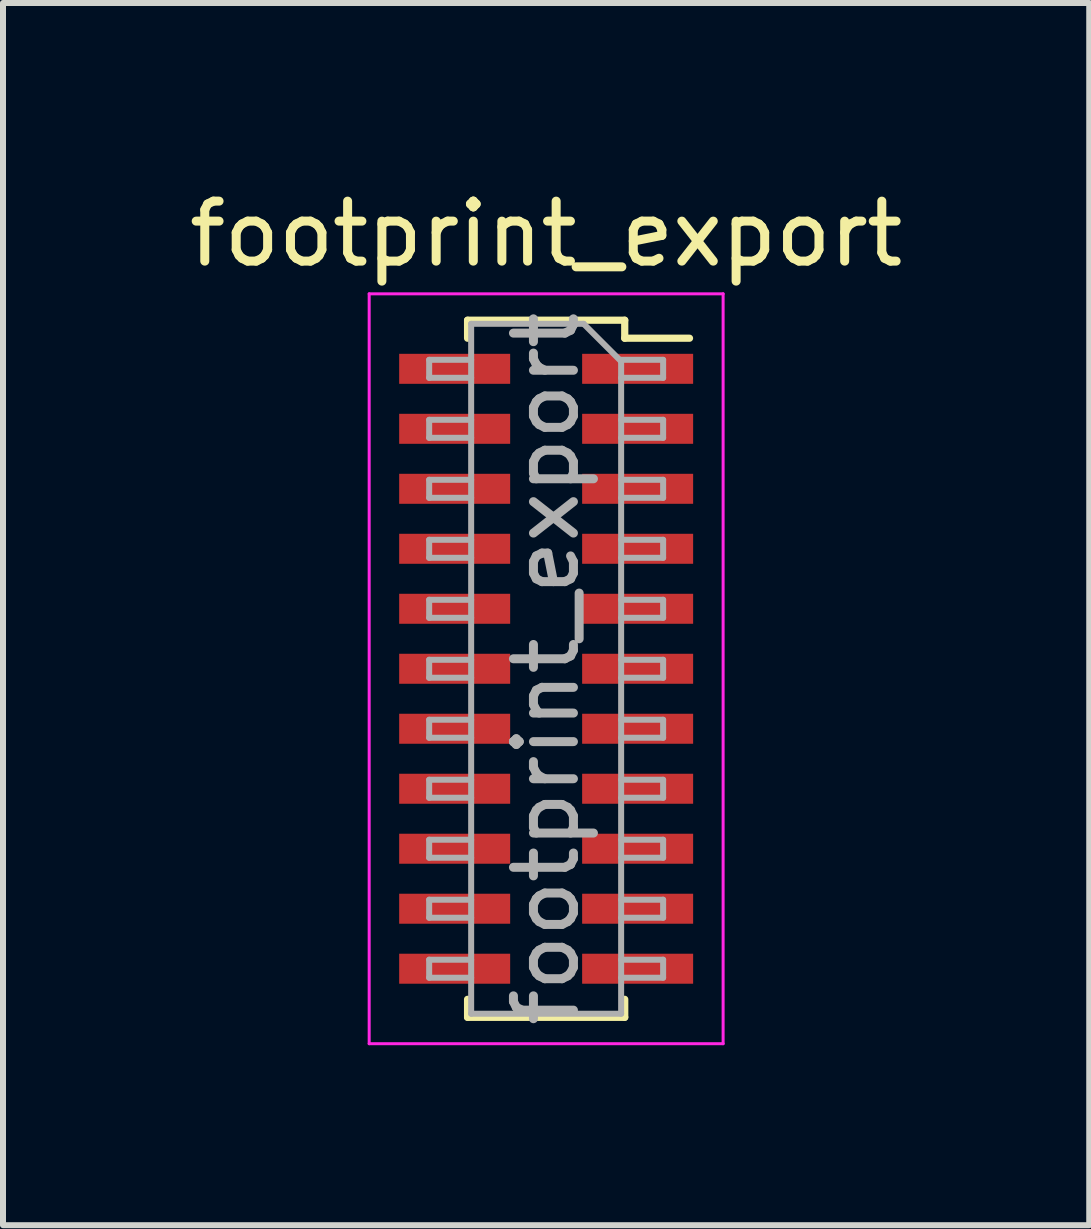
<source format=kicad_pcb>
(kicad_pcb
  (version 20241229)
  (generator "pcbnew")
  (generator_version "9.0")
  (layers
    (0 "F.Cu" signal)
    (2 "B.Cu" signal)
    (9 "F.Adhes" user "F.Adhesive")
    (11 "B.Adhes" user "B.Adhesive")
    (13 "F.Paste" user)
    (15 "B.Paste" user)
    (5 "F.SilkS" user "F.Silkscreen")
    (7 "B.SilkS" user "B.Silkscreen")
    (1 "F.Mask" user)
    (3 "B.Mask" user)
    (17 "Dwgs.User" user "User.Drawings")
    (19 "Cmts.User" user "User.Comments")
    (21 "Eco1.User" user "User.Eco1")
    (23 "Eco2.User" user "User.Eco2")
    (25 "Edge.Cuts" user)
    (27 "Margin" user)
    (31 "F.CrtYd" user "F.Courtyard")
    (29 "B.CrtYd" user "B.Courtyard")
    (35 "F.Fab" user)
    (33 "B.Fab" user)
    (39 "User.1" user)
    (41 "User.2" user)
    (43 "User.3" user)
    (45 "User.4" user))
  (footprint "footprint_export"
    (layer "F.Cu")
    (at 6.054 8.098)
    (property "Reference" "footprint_export" (at 0 -7.25 0) (layer "F.SilkS") (effects (font (size 1 1) (thickness 0.15))))
    (attr smd)
    (fp_line (start -1.31 -5.81) (end -1.31 -5.51) (stroke (width 0.12) (type solid)) (layer "F.SilkS"))
    (fp_line (start -1.31 -5.81) (end 1.31 -5.81) (stroke (width 0.12) (type solid)) (layer "F.SilkS"))
    (fp_line (start -1.31 5.51) (end -1.31 5.81) (stroke (width 0.12) (type solid)) (layer "F.SilkS"))
    (fp_line (start -1.31 5.81) (end 1.31 5.81) (stroke (width 0.12) (type solid)) (layer "F.SilkS"))
    (fp_line (start 1.31 -5.81) (end 1.31 -5.51) (stroke (width 0.12) (type solid)) (layer "F.SilkS"))
    (fp_line (start 1.31 -5.51) (end 2.39 -5.51) (stroke (width 0.12) (type solid)) (layer "F.SilkS"))
    (fp_line (start 1.31 5.51) (end 1.31 5.81) (stroke (width 0.12) (type solid)) (layer "F.SilkS"))
    (fp_line (start -2.95 -6.25) (end 2.95 -6.25) (stroke (width 0.05) (type solid)) (layer "F.CrtYd"))
    (fp_line (start -2.95 6.25) (end -2.95 -6.25) (stroke (width 0.05) (type solid)) (layer "F.CrtYd"))
    (fp_line (start 2.95 -6.25) (end 2.95 6.25) (stroke (width 0.05) (type solid)) (layer "F.CrtYd"))
    (fp_line (start 2.95 6.25) (end -2.95 6.25) (stroke (width 0.05) (type solid)) (layer "F.CrtYd"))
    (fp_line (start -1.95 -5.15) (end -1.25 -5.15) (stroke (width 0.1) (type solid)) (layer "F.Fab"))
    (fp_line (start -1.95 -4.85) (end -1.95 -5.15) (stroke (width 0.1) (type solid)) (layer "F.Fab"))
    (fp_line (start -1.95 -4.15) (end -1.25 -4.15) (stroke (width 0.1) (type solid)) (layer "F.Fab"))
    (fp_line (start -1.95 -3.85) (end -1.95 -4.15) (stroke (width 0.1) (type solid)) (layer "F.Fab"))
    (fp_line (start -1.95 -3.15) (end -1.25 -3.15) (stroke (width 0.1) (type solid)) (layer "F.Fab"))
    (fp_line (start -1.95 -2.85) (end -1.95 -3.15) (stroke (width 0.1) (type solid)) (layer "F.Fab"))
    (fp_line (start -1.95 -2.15) (end -1.25 -2.15) (stroke (width 0.1) (type solid)) (layer "F.Fab"))
    (fp_line (start -1.95 -1.85) (end -1.95 -2.15) (stroke (width 0.1) (type solid)) (layer "F.Fab"))
    (fp_line (start -1.95 -1.15) (end -1.25 -1.15) (stroke (width 0.1) (type solid)) (layer "F.Fab"))
    (fp_line (start -1.95 -0.85) (end -1.95 -1.15) (stroke (width 0.1) (type solid)) (layer "F.Fab"))
    (fp_line (start -1.95 -0.15) (end -1.25 -0.15) (stroke (width 0.1) (type solid)) (layer "F.Fab"))
    (fp_line (start -1.95 0.15) (end -1.95 -0.15) (stroke (width 0.1) (type solid)) (layer "F.Fab"))
    (fp_line (start -1.95 0.85) (end -1.25 0.85) (stroke (width 0.1) (type solid)) (layer "F.Fab"))
    (fp_line (start -1.95 1.15) (end -1.95 0.85) (stroke (width 0.1) (type solid)) (layer "F.Fab"))
    (fp_line (start -1.95 1.85) (end -1.25 1.85) (stroke (width 0.1) (type solid)) (layer "F.Fab"))
    (fp_line (start -1.95 2.15) (end -1.95 1.85) (stroke (width 0.1) (type solid)) (layer "F.Fab"))
    (fp_line (start -1.95 2.85) (end -1.25 2.85) (stroke (width 0.1) (type solid)) (layer "F.Fab"))
    (fp_line (start -1.95 3.15) (end -1.95 2.85) (stroke (width 0.1) (type solid)) (layer "F.Fab"))
    (fp_line (start -1.95 3.85) (end -1.25 3.85) (stroke (width 0.1) (type solid)) (layer "F.Fab"))
    (fp_line (start -1.95 4.15) (end -1.95 3.85) (stroke (width 0.1) (type solid)) (layer "F.Fab"))
    (fp_line (start -1.95 4.85) (end -1.25 4.85) (stroke (width 0.1) (type solid)) (layer "F.Fab"))
    (fp_line (start -1.95 5.15) (end -1.95 4.85) (stroke (width 0.1) (type solid)) (layer "F.Fab"))
    (fp_line (start -1.25 -5.75) (end 0.625 -5.75) (stroke (width 0.1) (type solid)) (layer "F.Fab"))
    (fp_line (start -1.25 -4.85) (end -1.95 -4.85) (stroke (width 0.1) (type solid)) (layer "F.Fab"))
    (fp_line (start -1.25 -3.85) (end -1.95 -3.85) (stroke (width 0.1) (type solid)) (layer "F.Fab"))
    (fp_line (start -1.25 -2.85) (end -1.95 -2.85) (stroke (width 0.1) (type solid)) (layer "F.Fab"))
    (fp_line (start -1.25 -1.85) (end -1.95 -1.85) (stroke (width 0.1) (type solid)) (layer "F.Fab"))
    (fp_line (start -1.25 -0.85) (end -1.95 -0.85) (stroke (width 0.1) (type solid)) (layer "F.Fab"))
    (fp_line (start -1.25 0.15) (end -1.95 0.15) (stroke (width 0.1) (type solid)) (layer "F.Fab"))
    (fp_line (start -1.25 1.15) (end -1.95 1.15) (stroke (width 0.1) (type solid)) (layer "F.Fab"))
    (fp_line (start -1.25 2.15) (end -1.95 2.15) (stroke (width 0.1) (type solid)) (layer "F.Fab"))
    (fp_line (start -1.25 3.15) (end -1.95 3.15) (stroke (width 0.1) (type solid)) (layer "F.Fab"))
    (fp_line (start -1.25 4.15) (end -1.95 4.15) (stroke (width 0.1) (type solid)) (layer "F.Fab"))
    (fp_line (start -1.25 5.15) (end -1.95 5.15) (stroke (width 0.1) (type solid)) (layer "F.Fab"))
    (fp_line (start -1.25 5.75) (end -1.25 -5.75) (stroke (width 0.1) (type solid)) (layer "F.Fab"))
    (fp_line (start 0.625 -5.75) (end 1.25 -5.125) (stroke (width 0.1) (type solid)) (layer "F.Fab"))
    (fp_line (start 1.25 -5.15) (end 1.95 -5.15) (stroke (width 0.1) (type solid)) (layer "F.Fab"))
    (fp_line (start 1.25 -5.125) (end 1.25 5.75) (stroke (width 0.1) (type solid)) (layer "F.Fab"))
    (fp_line (start 1.25 -4.15) (end 1.95 -4.15) (stroke (width 0.1) (type solid)) (layer "F.Fab"))
    (fp_line (start 1.25 -3.15) (end 1.95 -3.15) (stroke (width 0.1) (type solid)) (layer "F.Fab"))
    (fp_line (start 1.25 -2.15) (end 1.95 -2.15) (stroke (width 0.1) (type solid)) (layer "F.Fab"))
    (fp_line (start 1.25 -1.15) (end 1.95 -1.15) (stroke (width 0.1) (type solid)) (layer "F.Fab"))
    (fp_line (start 1.25 -0.15) (end 1.95 -0.15) (stroke (width 0.1) (type solid)) (layer "F.Fab"))
    (fp_line (start 1.25 0.85) (end 1.95 0.85) (stroke (width 0.1) (type solid)) (layer "F.Fab"))
    (fp_line (start 1.25 1.85) (end 1.95 1.85) (stroke (width 0.1) (type solid)) (layer "F.Fab"))
    (fp_line (start 1.25 2.85) (end 1.95 2.85) (stroke (width 0.1) (type solid)) (layer "F.Fab"))
    (fp_line (start 1.25 3.85) (end 1.95 3.85) (stroke (width 0.1) (type solid)) (layer "F.Fab"))
    (fp_line (start 1.25 4.85) (end 1.95 4.85) (stroke (width 0.1) (type solid)) (layer "F.Fab"))
    (fp_line (start 1.25 5.75) (end -1.25 5.75) (stroke (width 0.1) (type solid)) (layer "F.Fab"))
    (fp_line (start 1.95 -5.15) (end 1.95 -4.85) (stroke (width 0.1) (type solid)) (layer "F.Fab"))
    (fp_line (start 1.95 -4.85) (end 1.25 -4.85) (stroke (width 0.1) (type solid)) (layer "F.Fab"))
    (fp_line (start 1.95 -4.15) (end 1.95 -3.85) (stroke (width 0.1) (type solid)) (layer "F.Fab"))
    (fp_line (start 1.95 -3.85) (end 1.25 -3.85) (stroke (width 0.1) (type solid)) (layer "F.Fab"))
    (fp_line (start 1.95 -3.15) (end 1.95 -2.85) (stroke (width 0.1) (type solid)) (layer "F.Fab"))
    (fp_line (start 1.95 -2.85) (end 1.25 -2.85) (stroke (width 0.1) (type solid)) (layer "F.Fab"))
    (fp_line (start 1.95 -2.15) (end 1.95 -1.85) (stroke (width 0.1) (type solid)) (layer "F.Fab"))
    (fp_line (start 1.95 -1.85) (end 1.25 -1.85) (stroke (width 0.1) (type solid)) (layer "F.Fab"))
    (fp_line (start 1.95 -1.15) (end 1.95 -0.85) (stroke (width 0.1) (type solid)) (layer "F.Fab"))
    (fp_line (start 1.95 -0.85) (end 1.25 -0.85) (stroke (width 0.1) (type solid)) (layer "F.Fab"))
    (fp_line (start 1.95 -0.15) (end 1.95 0.15) (stroke (width 0.1) (type solid)) (layer "F.Fab"))
    (fp_line (start 1.95 0.15) (end 1.25 0.15) (stroke (width 0.1) (type solid)) (layer "F.Fab"))
    (fp_line (start 1.95 0.85) (end 1.95 1.15) (stroke (width 0.1) (type solid)) (layer "F.Fab"))
    (fp_line (start 1.95 1.15) (end 1.25 1.15) (stroke (width 0.1) (type solid)) (layer "F.Fab"))
    (fp_line (start 1.95 1.85) (end 1.95 2.15) (stroke (width 0.1) (type solid)) (layer "F.Fab"))
    (fp_line (start 1.95 2.15) (end 1.25 2.15) (stroke (width 0.1) (type solid)) (layer "F.Fab"))
    (fp_line (start 1.95 2.85) (end 1.95 3.15) (stroke (width 0.1) (type solid)) (layer "F.Fab"))
    (fp_line (start 1.95 3.15) (end 1.25 3.15) (stroke (width 0.1) (type solid)) (layer "F.Fab"))
    (fp_line (start 1.95 3.85) (end 1.95 4.15) (stroke (width 0.1) (type solid)) (layer "F.Fab"))
    (fp_line (start 1.95 4.15) (end 1.25 4.15) (stroke (width 0.1) (type solid)) (layer "F.Fab"))
    (fp_line (start 1.95 4.85) (end 1.95 5.15) (stroke (width 0.1) (type solid)) (layer "F.Fab"))
    (fp_line (start 1.95 5.15) (end 1.25 5.15) (stroke (width 0.1) (type solid)) (layer "F.Fab"))
    (fp_text user "${REFERENCE}" (at 0 0 90) (layer "F.Fab") (effects (font (size 1 1) (thickness 0.15))))
    (pad "1" smd rect (at 1.525 -5) (size 1.85 0.5) (layers "F.Cu" "F.Mask" "F.Paste"))
    (pad "2" smd rect (at -1.525 -5) (size 1.85 0.5) (layers "F.Cu" "F.Mask" "F.Paste"))
    (pad "3" smd rect (at 1.525 -4) (size 1.85 0.5) (layers "F.Cu" "F.Mask" "F.Paste"))
    (pad "4" smd rect (at -1.525 -4) (size 1.85 0.5) (layers "F.Cu" "F.Mask" "F.Paste"))
    (pad "5" smd rect (at 1.525 -3) (size 1.85 0.5) (layers "F.Cu" "F.Mask" "F.Paste"))
    (pad "6" smd rect (at -1.525 -3) (size 1.85 0.5) (layers "F.Cu" "F.Mask" "F.Paste"))
    (pad "7" smd rect (at 1.525 -2) (size 1.85 0.5) (layers "F.Cu" "F.Mask" "F.Paste"))
    (pad "8" smd rect (at -1.525 -2) (size 1.85 0.5) (layers "F.Cu" "F.Mask" "F.Paste"))
    (pad "9" smd rect (at 1.525 -1) (size 1.85 0.5) (layers "F.Cu" "F.Mask" "F.Paste"))
    (pad "10" smd rect (at -1.525 -1) (size 1.85 0.5) (layers "F.Cu" "F.Mask" "F.Paste"))
    (pad "11" smd rect (at 1.525 0) (size 1.85 0.5) (layers "F.Cu" "F.Mask" "F.Paste"))
    (pad "12" smd rect (at -1.525 0) (size 1.85 0.5) (layers "F.Cu" "F.Mask" "F.Paste"))
    (pad "13" smd rect (at 1.525 1) (size 1.85 0.5) (layers "F.Cu" "F.Mask" "F.Paste"))
    (pad "14" smd rect (at -1.525 1) (size 1.85 0.5) (layers "F.Cu" "F.Mask" "F.Paste"))
    (pad "15" smd rect (at 1.525 2) (size 1.85 0.5) (layers "F.Cu" "F.Mask" "F.Paste"))
    (pad "16" smd rect (at -1.525 2) (size 1.85 0.5) (layers "F.Cu" "F.Mask" "F.Paste"))
    (pad "17" smd rect (at 1.525 3) (size 1.85 0.5) (layers "F.Cu" "F.Mask" "F.Paste"))
    (pad "18" smd rect (at -1.525 3) (size 1.85 0.5) (layers "F.Cu" "F.Mask" "F.Paste"))
    (pad "19" smd rect (at 1.525 4) (size 1.85 0.5) (layers "F.Cu" "F.Mask" "F.Paste"))
    (pad "20" smd rect (at -1.525 4) (size 1.85 0.5) (layers "F.Cu" "F.Mask" "F.Paste"))
    (pad "21" smd rect (at 1.525 5) (size 1.85 0.5) (layers "F.Cu" "F.Mask" "F.Paste"))
    (pad "22" smd rect (at -1.525 5) (size 1.85 0.5) (layers "F.Cu" "F.Mask" "F.Paste")))
  (gr_rect
    (start -3 -3)
    (end 15.107 17.373)
    (stroke (width 0.1) (type default))
    (fill no)
    (layer "Edge.Cuts")))
</source>
